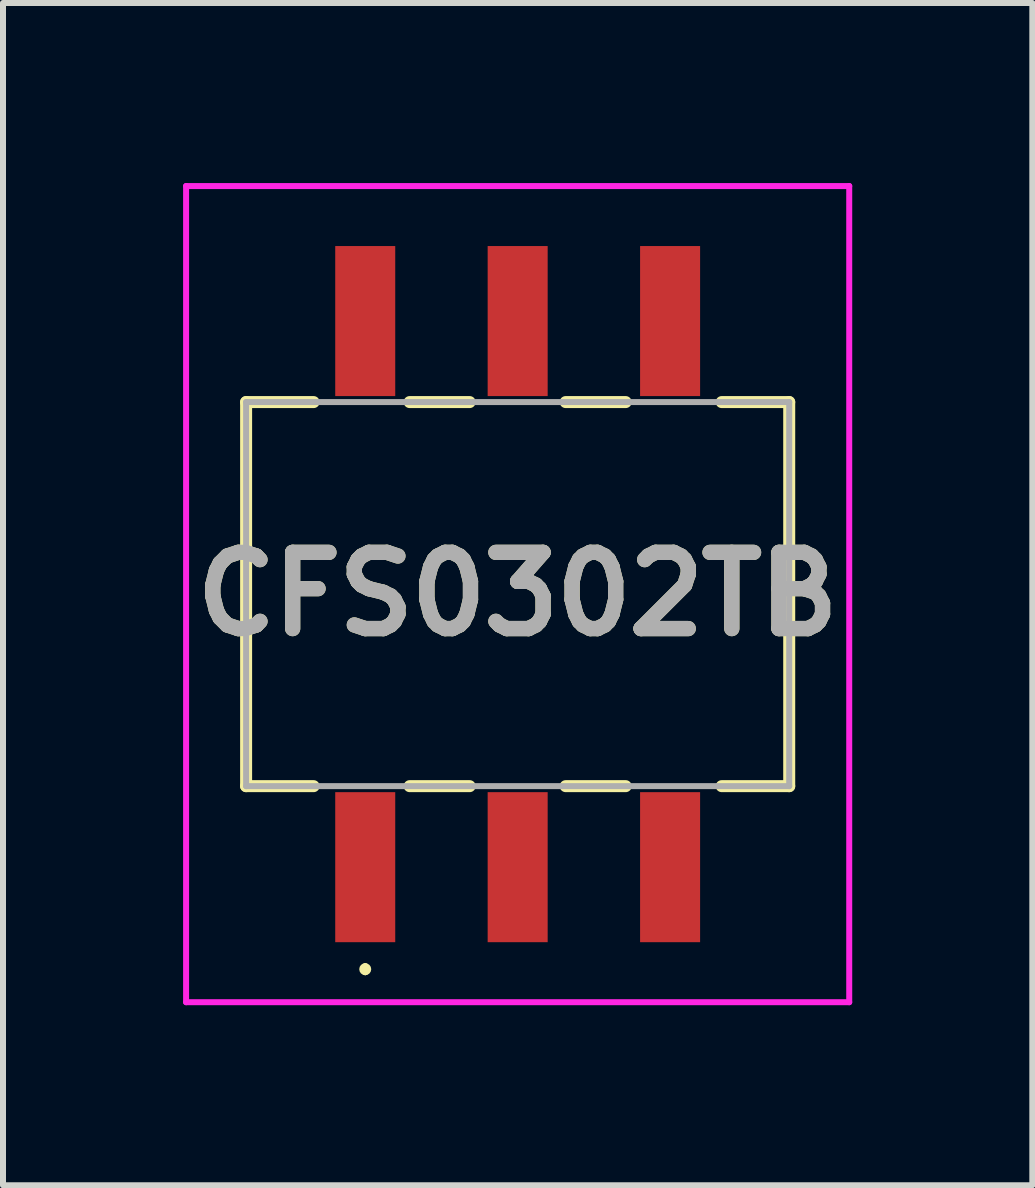
<source format=kicad_pcb>
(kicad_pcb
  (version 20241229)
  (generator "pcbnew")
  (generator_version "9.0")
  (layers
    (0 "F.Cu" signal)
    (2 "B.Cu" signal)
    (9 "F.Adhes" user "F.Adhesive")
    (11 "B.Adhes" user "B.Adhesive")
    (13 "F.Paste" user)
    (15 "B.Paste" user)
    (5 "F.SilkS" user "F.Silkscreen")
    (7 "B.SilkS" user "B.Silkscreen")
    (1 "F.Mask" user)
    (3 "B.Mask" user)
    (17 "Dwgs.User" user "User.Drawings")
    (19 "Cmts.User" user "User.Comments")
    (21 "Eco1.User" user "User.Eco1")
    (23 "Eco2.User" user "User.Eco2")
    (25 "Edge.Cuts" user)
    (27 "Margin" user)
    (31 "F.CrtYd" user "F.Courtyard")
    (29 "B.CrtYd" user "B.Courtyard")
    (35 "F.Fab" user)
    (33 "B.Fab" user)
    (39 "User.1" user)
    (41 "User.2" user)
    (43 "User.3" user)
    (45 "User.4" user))
  (footprint "CFS0302TB"
    (layer "F.Cu")
    (at 5.576 6.85)
    (property "Reference" "CFS0302TB" (at 0 0 0) (layer "F.SilkS") (effects (font (size 1.27 1.27) (thickness 0.254))))
    (attr smd)
    (fp_line (start -4.525 -3.2) (end -4.525 3.2) (stroke (width 0.2) (type solid)) (layer "F.SilkS"))
    (fp_line (start -4.525 3.2) (end -3.4 3.2) (stroke (width 0.2) (type solid)) (layer "F.SilkS"))
    (fp_line (start -3.4 -3.2) (end -4.525 -3.2) (stroke (width 0.2) (type solid)) (layer "F.SilkS"))
    (fp_line (start -2.54 6.2) (end -2.54 6.2) (stroke (width 0.1) (type solid)) (layer "F.SilkS"))
    (fp_line (start -2.54 6.3) (end -2.54 6.3) (stroke (width 0.1) (type solid)) (layer "F.SilkS"))
    (fp_line (start -1.8 -3.2) (end -0.8 -3.2) (stroke (width 0.2) (type solid)) (layer "F.SilkS"))
    (fp_line (start -1.8 3.2) (end -0.8 3.2) (stroke (width 0.2) (type solid)) (layer "F.SilkS"))
    (fp_line (start 0.8 -3.2) (end 1.8 -3.2) (stroke (width 0.2) (type solid)) (layer "F.SilkS"))
    (fp_line (start 0.8 3.2) (end 1.8 3.2) (stroke (width 0.2) (type solid)) (layer "F.SilkS"))
    (fp_line (start 3.4 -3.2) (end 4.525 -3.2) (stroke (width 0.2) (type solid)) (layer "F.SilkS"))
    (fp_line (start 4.525 -3.2) (end 4.525 3.2) (stroke (width 0.2) (type solid)) (layer "F.SilkS"))
    (fp_line (start 4.525 3.2) (end 3.4 3.2) (stroke (width 0.2) (type solid)) (layer "F.SilkS"))
    (fp_arc (start -2.54 6.2) (mid -2.49 6.25) (end -2.54 6.3) (stroke (width 0.1) (type solid)) (layer "F.SilkS"))
    (fp_arc (start -2.54 6.3) (mid -2.59 6.25) (end -2.54 6.2) (stroke (width 0.1) (type solid)) (layer "F.SilkS"))
    (fp_line (start -5.525 -6.8) (end 5.525 -6.8) (stroke (width 0.1) (type solid)) (layer "F.CrtYd"))
    (fp_line (start -5.525 6.8) (end -5.525 -6.8) (stroke (width 0.1) (type solid)) (layer "F.CrtYd"))
    (fp_line (start 5.525 -6.8) (end 5.525 6.8) (stroke (width 0.1) (type solid)) (layer "F.CrtYd"))
    (fp_line (start 5.525 6.8) (end -5.525 6.8) (stroke (width 0.1) (type solid)) (layer "F.CrtYd"))
    (fp_line (start -4.525 -3.2) (end -4.525 3.2) (stroke (width 0.1) (type solid)) (layer "F.Fab"))
    (fp_line (start -4.525 3.2) (end 4.525 3.2) (stroke (width 0.1) (type solid)) (layer "F.Fab"))
    (fp_line (start 4.525 -3.2) (end -4.525 -3.2) (stroke (width 0.1) (type solid)) (layer "F.Fab"))
    (fp_line (start 4.525 3.2) (end 4.525 -3.2) (stroke (width 0.1) (type solid)) (layer "F.Fab"))
    (fp_text user "${REFERENCE}" (at 0 0 0) (layer "F.Fab") (effects (font (size 1.27 1.27) (thickness 0.254))))
    (pad "1" smd rect (at -2.54 4.55) (size 1 2.5) (layers "F.Cu" "F.Mask" "F.Paste"))
    (pad "2" smd rect (at 0 4.55) (size 1 2.5) (layers "F.Cu" "F.Mask" "F.Paste"))
    (pad "3" smd rect (at 2.54 4.55) (size 1 2.5) (layers "F.Cu" "F.Mask" "F.Paste"))
    (pad "4" smd rect (at 2.54 -4.55) (size 1 2.5) (layers "F.Cu" "F.Mask" "F.Paste"))
    (pad "5" smd rect (at 0 -4.55) (size 1 2.5) (layers "F.Cu" "F.Mask" "F.Paste"))
    (pad "6" smd rect (at -2.54 -4.55) (size 1 2.5) (layers "F.Cu" "F.Mask" "F.Paste")))
  (gr_rect
    (start -3 -3)
    (end 14.152 16.7)
    (stroke (width 0.1) (type default))
    (fill no)
    (layer "Edge.Cuts")))
</source>
